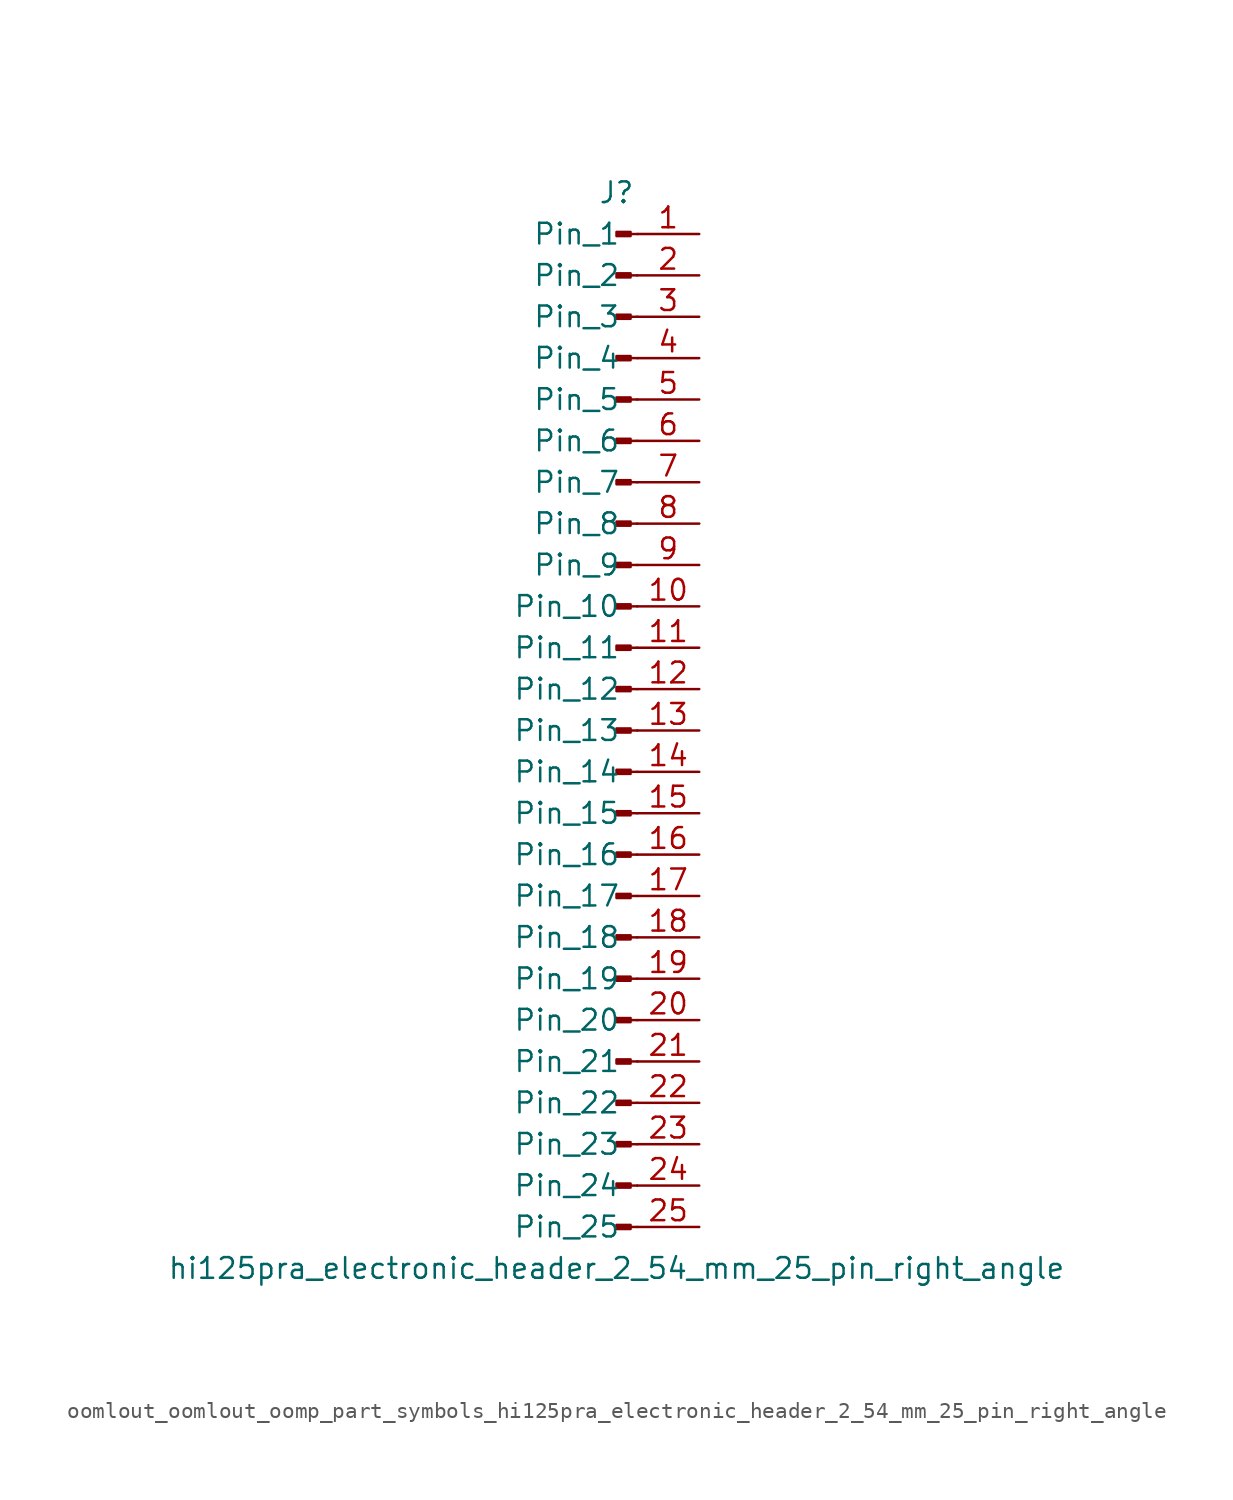
<source format=kicad_sym>
(kicad_symbol_lib
  (version 20220914)
  (generator kicad_symbol_editor)
  (symbol "oomlout_oomlout_oomp_part_symbols_hi125pra_electronic_header_2_54_mm_25_pin_right_angle"
    (pin_names
      (offset 1.016))
    (property "Reference" "J"
      (at 0 33.02 0)
      (effects (font (size 1.27 1.27))))
    (property "Value" "hi125pra_electronic_header_2_54_mm_25_pin_right_angle"
      (at 0 -33.02 0)
      (effects (font (size 1.27 1.27))))
    (property "ki_locked" ""
      (at 0 0 0)
      (effects (font (size 1.27 1.27))))
    (symbol "oomlout_oomlout_oomp_part_symbols_hi125pra_electronic_header_2_54_mm_25_pin_right_angle_1_1"
      (polyline (pts (xy 1.27 -30.48) (xy 0.864 -30.48)) (stroke (width 0.152) (type default)) (fill (type none)))
      (polyline (pts (xy 1.27 -27.94) (xy 0.864 -27.94)) (stroke (width 0.152) (type default)) (fill (type none)))
      (polyline (pts (xy 1.27 -25.4) (xy 0.864 -25.4)) (stroke (width 0.152) (type default)) (fill (type none)))
      (polyline (pts (xy 1.27 -22.86) (xy 0.864 -22.86)) (stroke (width 0.152) (type default)) (fill (type none)))
      (polyline (pts (xy 1.27 -20.32) (xy 0.864 -20.32)) (stroke (width 0.152) (type default)) (fill (type none)))
      (polyline (pts (xy 1.27 -17.78) (xy 0.864 -17.78)) (stroke (width 0.152) (type default)) (fill (type none)))
      (polyline (pts (xy 1.27 -15.24) (xy 0.864 -15.24)) (stroke (width 0.152) (type default)) (fill (type none)))
      (polyline (pts (xy 1.27 -12.7) (xy 0.864 -12.7)) (stroke (width 0.152) (type default)) (fill (type none)))
      (polyline (pts (xy 1.27 -10.16) (xy 0.864 -10.16)) (stroke (width 0.152) (type default)) (fill (type none)))
      (polyline (pts (xy 1.27 -7.62) (xy 0.864 -7.62)) (stroke (width 0.152) (type default)) (fill (type none)))
      (polyline (pts (xy 1.27 -5.08) (xy 0.864 -5.08)) (stroke (width 0.152) (type default)) (fill (type none)))
      (polyline (pts (xy 1.27 -2.54) (xy 0.864 -2.54)) (stroke (width 0.152) (type default)) (fill (type none)))
      (polyline (pts (xy 1.27 0) (xy 0.864 0)) (stroke (width 0.152) (type default)) (fill (type none)))
      (polyline (pts (xy 1.27 2.54) (xy 0.864 2.54)) (stroke (width 0.152) (type default)) (fill (type none)))
      (polyline (pts (xy 1.27 5.08) (xy 0.864 5.08)) (stroke (width 0.152) (type default)) (fill (type none)))
      (polyline (pts (xy 1.27 7.62) (xy 0.864 7.62)) (stroke (width 0.152) (type default)) (fill (type none)))
      (polyline (pts (xy 1.27 10.16) (xy 0.864 10.16)) (stroke (width 0.152) (type default)) (fill (type none)))
      (polyline (pts (xy 1.27 12.7) (xy 0.864 12.7)) (stroke (width 0.152) (type default)) (fill (type none)))
      (polyline (pts (xy 1.27 15.24) (xy 0.864 15.24)) (stroke (width 0.152) (type default)) (fill (type none)))
      (polyline (pts (xy 1.27 17.78) (xy 0.864 17.78)) (stroke (width 0.152) (type default)) (fill (type none)))
      (polyline (pts (xy 1.27 20.32) (xy 0.864 20.32)) (stroke (width 0.152) (type default)) (fill (type none)))
      (polyline (pts (xy 1.27 22.86) (xy 0.864 22.86)) (stroke (width 0.152) (type default)) (fill (type none)))
      (polyline (pts (xy 1.27 25.4) (xy 0.864 25.4)) (stroke (width 0.152) (type default)) (fill (type none)))
      (polyline (pts (xy 1.27 27.94) (xy 0.864 27.94)) (stroke (width 0.152) (type default)) (fill (type none)))
      (polyline (pts (xy 1.27 30.48) (xy 0.864 30.48)) (stroke (width 0.152) (type default)) (fill (type none)))
      (rectangle (start 0.864 -30.353) (end 0 -30.607) (stroke (width 0.152) (type default)) (fill (type outline)))
      (rectangle (start 0.864 -27.813) (end 0 -28.067) (stroke (width 0.152) (type default)) (fill (type outline)))
      (rectangle (start 0.864 -25.273) (end 0 -25.527) (stroke (width 0.152) (type default)) (fill (type outline)))
      (rectangle (start 0.864 -22.733) (end 0 -22.987) (stroke (width 0.152) (type default)) (fill (type outline)))
      (rectangle (start 0.864 -20.193) (end 0 -20.447) (stroke (width 0.152) (type default)) (fill (type outline)))
      (rectangle (start 0.864 -17.653) (end 0 -17.907) (stroke (width 0.152) (type default)) (fill (type outline)))
      (rectangle (start 0.864 -15.113) (end 0 -15.367) (stroke (width 0.152) (type default)) (fill (type outline)))
      (rectangle (start 0.864 -12.573) (end 0 -12.827) (stroke (width 0.152) (type default)) (fill (type outline)))
      (rectangle (start 0.864 -10.033) (end 0 -10.287) (stroke (width 0.152) (type default)) (fill (type outline)))
      (rectangle (start 0.864 -7.493) (end 0 -7.747) (stroke (width 0.152) (type default)) (fill (type outline)))
      (rectangle (start 0.864 -4.953) (end 0 -5.207) (stroke (width 0.152) (type default)) (fill (type outline)))
      (rectangle (start 0.864 -2.413) (end 0 -2.667) (stroke (width 0.152) (type default)) (fill (type outline)))
      (rectangle (start 0.864 0.127) (end 0 -0.127) (stroke (width 0.152) (type default)) (fill (type outline)))
      (rectangle (start 0.864 2.667) (end 0 2.413) (stroke (width 0.152) (type default)) (fill (type outline)))
      (rectangle (start 0.864 5.207) (end 0 4.953) (stroke (width 0.152) (type default)) (fill (type outline)))
      (rectangle (start 0.864 7.747) (end 0 7.493) (stroke (width 0.152) (type default)) (fill (type outline)))
      (rectangle (start 0.864 10.287) (end 0 10.033) (stroke (width 0.152) (type default)) (fill (type outline)))
      (rectangle (start 0.864 12.827) (end 0 12.573) (stroke (width 0.152) (type default)) (fill (type outline)))
      (rectangle (start 0.864 15.367) (end 0 15.113) (stroke (width 0.152) (type default)) (fill (type outline)))
      (rectangle (start 0.864 17.907) (end 0 17.653) (stroke (width 0.152) (type default)) (fill (type outline)))
      (rectangle (start 0.864 20.447) (end 0 20.193) (stroke (width 0.152) (type default)) (fill (type outline)))
      (rectangle (start 0.864 22.987) (end 0 22.733) (stroke (width 0.152) (type default)) (fill (type outline)))
      (rectangle (start 0.864 25.527) (end 0 25.273) (stroke (width 0.152) (type default)) (fill (type outline)))
      (rectangle (start 0.864 28.067) (end 0 27.813) (stroke (width 0.152) (type default)) (fill (type outline)))
      (rectangle (start 0.864 30.607) (end 0 30.353) (stroke (width 0.152) (type default)) (fill (type outline)))
      (pin passive line (at 5.08 30.48 180) (length 3.81) (name "Pin_1" (effects (font (size 1.27 1.27)))) (number "1" (effects (font (size 1.27 1.27)))))
      (pin passive line (at 5.08 7.62 180) (length 3.81) (name "Pin_10" (effects (font (size 1.27 1.27)))) (number "10" (effects (font (size 1.27 1.27)))))
      (pin passive line (at 5.08 5.08 180) (length 3.81) (name "Pin_11" (effects (font (size 1.27 1.27)))) (number "11" (effects (font (size 1.27 1.27)))))
      (pin passive line (at 5.08 2.54 180) (length 3.81) (name "Pin_12" (effects (font (size 1.27 1.27)))) (number "12" (effects (font (size 1.27 1.27)))))
      (pin passive line (at 5.08 0 180) (length 3.81) (name "Pin_13" (effects (font (size 1.27 1.27)))) (number "13" (effects (font (size 1.27 1.27)))))
      (pin passive line (at 5.08 -2.54 180) (length 3.81) (name "Pin_14" (effects (font (size 1.27 1.27)))) (number "14" (effects (font (size 1.27 1.27)))))
      (pin passive line (at 5.08 -5.08 180) (length 3.81) (name "Pin_15" (effects (font (size 1.27 1.27)))) (number "15" (effects (font (size 1.27 1.27)))))
      (pin passive line (at 5.08 -7.62 180) (length 3.81) (name "Pin_16" (effects (font (size 1.27 1.27)))) (number "16" (effects (font (size 1.27 1.27)))))
      (pin passive line (at 5.08 -10.16 180) (length 3.81) (name "Pin_17" (effects (font (size 1.27 1.27)))) (number "17" (effects (font (size 1.27 1.27)))))
      (pin passive line (at 5.08 -12.7 180) (length 3.81) (name "Pin_18" (effects (font (size 1.27 1.27)))) (number "18" (effects (font (size 1.27 1.27)))))
      (pin passive line (at 5.08 -15.24 180) (length 3.81) (name "Pin_19" (effects (font (size 1.27 1.27)))) (number "19" (effects (font (size 1.27 1.27)))))
      (pin passive line (at 5.08 27.94 180) (length 3.81) (name "Pin_2" (effects (font (size 1.27 1.27)))) (number "2" (effects (font (size 1.27 1.27)))))
      (pin passive line (at 5.08 -17.78 180) (length 3.81) (name "Pin_20" (effects (font (size 1.27 1.27)))) (number "20" (effects (font (size 1.27 1.27)))))
      (pin passive line (at 5.08 -20.32 180) (length 3.81) (name "Pin_21" (effects (font (size 1.27 1.27)))) (number "21" (effects (font (size 1.27 1.27)))))
      (pin passive line (at 5.08 -22.86 180) (length 3.81) (name "Pin_22" (effects (font (size 1.27 1.27)))) (number "22" (effects (font (size 1.27 1.27)))))
      (pin passive line (at 5.08 -25.4 180) (length 3.81) (name "Pin_23" (effects (font (size 1.27 1.27)))) (number "23" (effects (font (size 1.27 1.27)))))
      (pin passive line (at 5.08 -27.94 180) (length 3.81) (name "Pin_24" (effects (font (size 1.27 1.27)))) (number "24" (effects (font (size 1.27 1.27)))))
      (pin passive line (at 5.08 -30.48 180) (length 3.81) (name "Pin_25" (effects (font (size 1.27 1.27)))) (number "25" (effects (font (size 1.27 1.27)))))
      (pin passive line (at 5.08 25.4 180) (length 3.81) (name "Pin_3" (effects (font (size 1.27 1.27)))) (number "3" (effects (font (size 1.27 1.27)))))
      (pin passive line (at 5.08 22.86 180) (length 3.81) (name "Pin_4" (effects (font (size 1.27 1.27)))) (number "4" (effects (font (size 1.27 1.27)))))
      (pin passive line (at 5.08 20.32 180) (length 3.81) (name "Pin_5" (effects (font (size 1.27 1.27)))) (number "5" (effects (font (size 1.27 1.27)))))
      (pin passive line (at 5.08 17.78 180) (length 3.81) (name "Pin_6" (effects (font (size 1.27 1.27)))) (number "6" (effects (font (size 1.27 1.27)))))
      (pin passive line (at 5.08 15.24 180) (length 3.81) (name "Pin_7" (effects (font (size 1.27 1.27)))) (number "7" (effects (font (size 1.27 1.27)))))
      (pin passive line (at 5.08 12.7 180) (length 3.81) (name "Pin_8" (effects (font (size 1.27 1.27)))) (number "8" (effects (font (size 1.27 1.27)))))
      (pin passive line (at 5.08 10.16 180) (length 3.81) (name "Pin_9" (effects (font (size 1.27 1.27)))) (number "9" (effects (font (size 1.27 1.27))))))))
</source>
